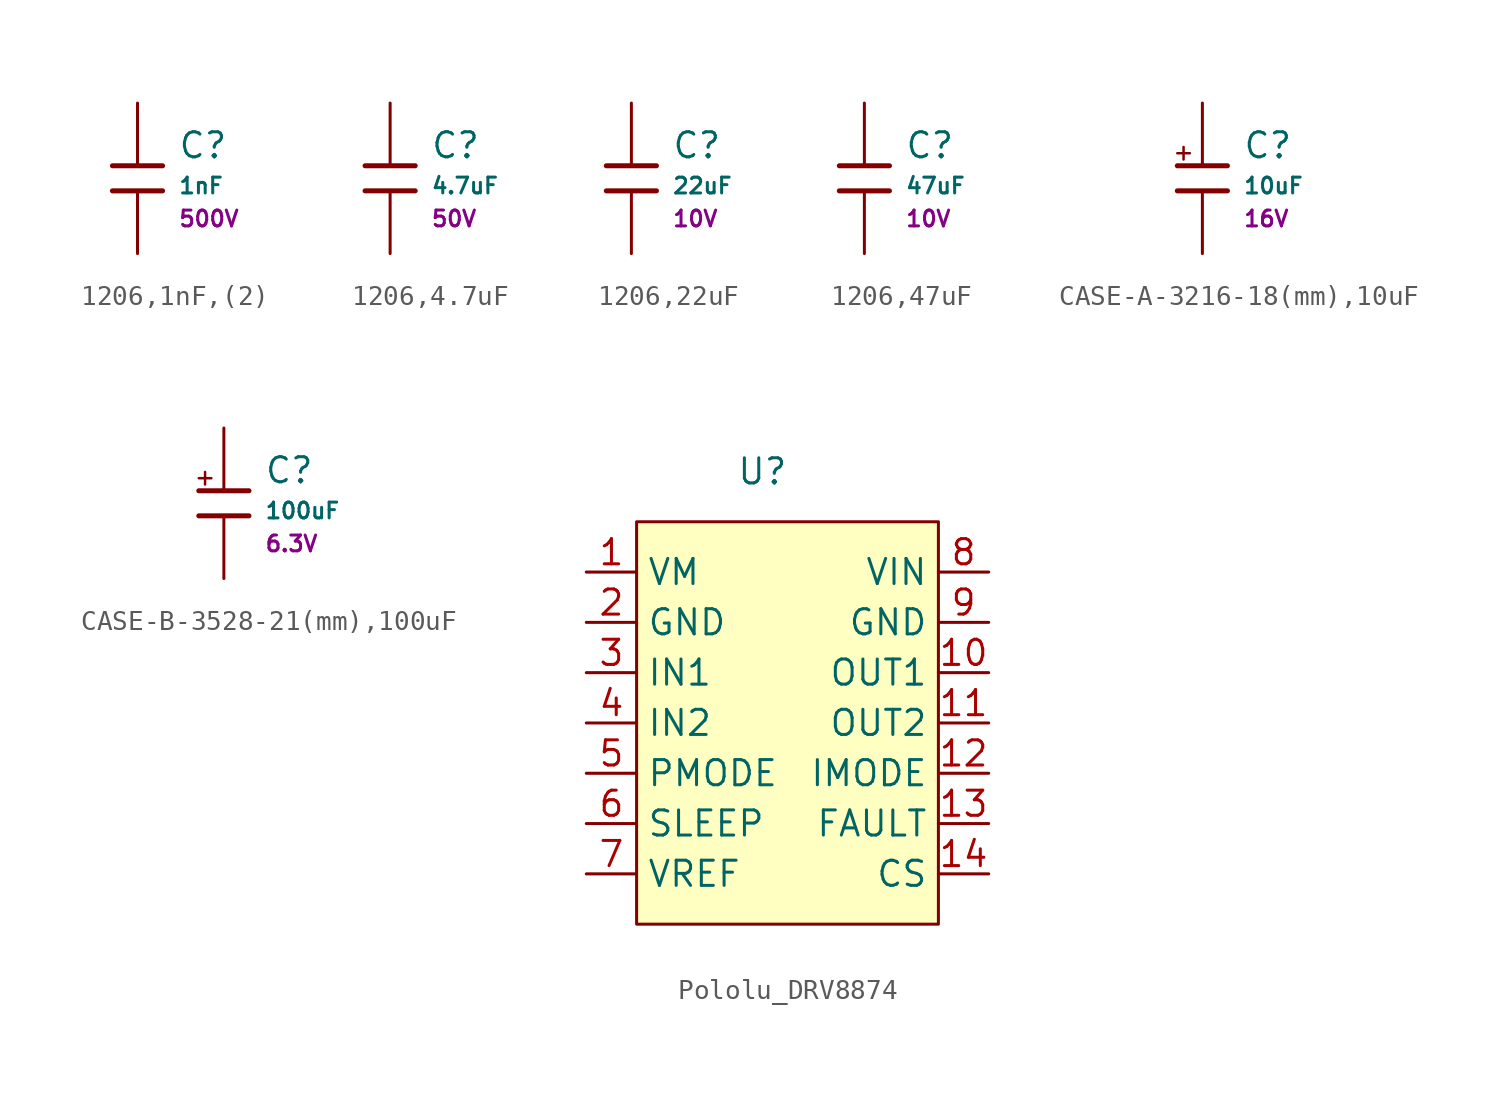
<source format=kicad_sym>
(kicad_symbol_lib
  (version 20241209)
  (generator "kicad_symbol_editor")
  (generator_version "9.0")
  (symbol "1206,1nF,(2)"
    (pin_numbers
      (hide yes))
    (pin_names
      (offset 0))
    (property "Reference" "C"
      (at 2.032 1.668 0)
      (effects (font (size 1.27 1.27)) (justify left)))
    (property "Value" "1nF"
      (at 2.032 -0.378 0)
      (effects (font (size 0.8 0.8)) (justify left)))
    (property "Voltage Rated" "500V"
      (at 2.032 -2.046 0)
      (effects (font (size 0.8 0.8)) (justify left)))
    (symbol "1206,1nF,(2)_0_1"
      (polyline (pts (xy -1.27 0.635) (xy 1.27 0.635)) (stroke (width 0.254) (type default)) (fill (type none)))
      (polyline (pts (xy -1.27 -0.635) (xy 1.27 -0.635)) (stroke (width 0.254) (type default)) (fill (type none))))
    (symbol "1206,1nF,(2)_1_1"
      (pin passive line (at 0 3.81 270) (length 3.175) (name "~" (effects (font (size 1.27 1.27)))) (number "1" (effects (font (size 1.27 1.27)))))
      (pin passive line (at 0 -3.81 90) (length 3.175) (name "~" (effects (font (size 1.27 1.27)))) (number "2" (effects (font (size 1.27 1.27)))))))
  (symbol "1206,4.7uF"
    (pin_numbers
      (hide yes))
    (pin_names
      (offset 0))
    (property "Reference" "C"
      (at 2.032 1.668 0)
      (effects (font (size 1.27 1.27)) (justify left)))
    (property "Value" "4.7uF"
      (at 2.032 -0.378 0)
      (effects (font (size 0.8 0.8)) (justify left)))
    (property "Voltage Rated" "50V"
      (at 2.032 -2.046 0)
      (effects (font (size 0.8 0.8)) (justify left)))
    (symbol "1206,4.7uF_0_1"
      (polyline (pts (xy -1.27 0.635) (xy 1.27 0.635)) (stroke (width 0.254) (type default)) (fill (type none)))
      (polyline (pts (xy -1.27 -0.635) (xy 1.27 -0.635)) (stroke (width 0.254) (type default)) (fill (type none))))
    (symbol "1206,4.7uF_1_1"
      (pin passive line (at 0 3.81 270) (length 3.175) (name "~" (effects (font (size 1.27 1.27)))) (number "1" (effects (font (size 1.27 1.27)))))
      (pin passive line (at 0 -3.81 90) (length 3.175) (name "~" (effects (font (size 1.27 1.27)))) (number "2" (effects (font (size 1.27 1.27)))))))
  (symbol "1206,22uF"
    (pin_numbers
      (hide yes))
    (pin_names
      (offset 0))
    (property "Reference" "C"
      (at 2.032 1.668 0)
      (effects (font (size 1.27 1.27)) (justify left)))
    (property "Value" "22uF"
      (at 2.032 -0.378 0)
      (effects (font (size 0.8 0.8)) (justify left)))
    (property "Voltage Rated" "10V"
      (at 2.032 -2.046 0)
      (effects (font (size 0.8 0.8)) (justify left)))
    (symbol "1206,22uF_0_1"
      (polyline (pts (xy -1.27 0.635) (xy 1.27 0.635)) (stroke (width 0.254) (type default)) (fill (type none)))
      (polyline (pts (xy -1.27 -0.635) (xy 1.27 -0.635)) (stroke (width 0.254) (type default)) (fill (type none))))
    (symbol "1206,22uF_1_1"
      (pin passive line (at 0 3.81 270) (length 3.175) (name "~" (effects (font (size 1.27 1.27)))) (number "1" (effects (font (size 1.27 1.27)))))
      (pin passive line (at 0 -3.81 90) (length 3.175) (name "~" (effects (font (size 1.27 1.27)))) (number "2" (effects (font (size 1.27 1.27)))))))
  (symbol "1206,47uF"
    (pin_numbers
      (hide yes))
    (pin_names
      (offset 0))
    (property "Reference" "C"
      (at 2.032 1.668 0)
      (effects (font (size 1.27 1.27)) (justify left)))
    (property "Value" "47uF"
      (at 2.032 -0.378 0)
      (effects (font (size 0.8 0.8)) (justify left)))
    (property "Voltage Rated" "10V"
      (at 2.032 -2.046 0)
      (effects (font (size 0.8 0.8)) (justify left)))
    (symbol "1206,47uF_0_1"
      (polyline (pts (xy -1.27 0.635) (xy 1.27 0.635)) (stroke (width 0.254) (type default)) (fill (type none)))
      (polyline (pts (xy -1.27 -0.635) (xy 1.27 -0.635)) (stroke (width 0.254) (type default)) (fill (type none))))
    (symbol "1206,47uF_1_1"
      (pin passive line (at 0 3.81 270) (length 3.175) (name "~" (effects (font (size 1.27 1.27)))) (number "1" (effects (font (size 1.27 1.27)))))
      (pin passive line (at 0 -3.81 90) (length 3.175) (name "~" (effects (font (size 1.27 1.27)))) (number "2" (effects (font (size 1.27 1.27)))))))
  (symbol "CASE-A-3216-18(mm),10uF"
    (pin_numbers
      (hide yes))
    (pin_names
      (offset 0))
    (property "Reference" "C"
      (at 2.032 1.668 0)
      (effects (font (size 1.27 1.27)) (justify left)))
    (property "Value" "10uF"
      (at 2.032 -0.378 0)
      (effects (font (size 0.8 0.8)) (justify left)))
    (property "Rated Voltage" "16V"
      (at 2.032 -2.046 0)
      (effects (font (size 0.8 0.8)) (justify left)))
    (symbol "CASE-A-3216-18(mm),10uF_0_1"
      (polyline (pts (xy -1.27 1.27) (xy -0.635 1.27)) (stroke (width 0.127) (type default)) (fill (type none)))
      (polyline (pts (xy -1.27 0.635) (xy 1.27 0.635)) (stroke (width 0.254) (type default)) (fill (type none)))
      (polyline (pts (xy -1.27 -0.635) (xy 1.27 -0.635)) (stroke (width 0.254) (type default)) (fill (type none)))
      (polyline (pts (xy -0.953 1.587) (xy -0.953 0.953)) (stroke (width 0.127) (type default)) (fill (type none))))
    (symbol "CASE-A-3216-18(mm),10uF_1_1"
      (pin passive line (at 0 3.81 270) (length 3.175) (name "~" (effects (font (size 1.27 1.27)))) (number "1" (effects (font (size 1.27 1.27)))))
      (pin passive line (at 0 -3.81 90) (length 3.175) (name "~" (effects (font (size 1.27 1.27)))) (number "2" (effects (font (size 1.27 1.27)))))))
  (symbol "CASE-B-3528-21(mm),100uF"
    (pin_numbers
      (hide yes))
    (pin_names
      (offset 0))
    (property "Reference" "C"
      (at 2.032 1.668 0)
      (effects (font (size 1.27 1.27)) (justify left)))
    (property "Value" "100uF"
      (at 2.032 -0.378 0)
      (effects (font (size 0.8 0.8)) (justify left)))
    (property "Rated Voltage" "6.3V"
      (at 2.032 -2.046 0)
      (effects (font (size 0.8 0.8)) (justify left)))
    (symbol "CASE-B-3528-21(mm),100uF_0_1"
      (polyline (pts (xy -1.27 1.27) (xy -0.635 1.27)) (stroke (width 0.127) (type default)) (fill (type none)))
      (polyline (pts (xy -1.27 0.635) (xy 1.27 0.635)) (stroke (width 0.254) (type default)) (fill (type none)))
      (polyline (pts (xy -1.27 -0.635) (xy 1.27 -0.635)) (stroke (width 0.254) (type default)) (fill (type none)))
      (polyline (pts (xy -0.953 1.587) (xy -0.953 0.953)) (stroke (width 0.127) (type default)) (fill (type none))))
    (symbol "CASE-B-3528-21(mm),100uF_1_1"
      (pin passive line (at 0 3.81 270) (length 3.175) (name "~" (effects (font (size 1.27 1.27)))) (number "1" (effects (font (size 1.27 1.27)))))
      (pin passive line (at 0 -3.81 90) (length 3.175) (name "~" (effects (font (size 1.27 1.27)))) (number "2" (effects (font (size 1.27 1.27)))))))
  (symbol "Pololu_DRV8874"
    (property "Reference" "U"
      (at 1.27 3.81 0)
      (effects (font (size 1.27 1.27))))
    (property "Value" ""
      (at 0 0 0)
      (effects (font (size 1.27 1.27))))
    (symbol "Pololu_DRV8874_1_1"
      (rectangle (start -5.08 1.27) (end 10.16 -19.05) (stroke (width 0) (type solid)) (fill (type background)))
      (pin bidirectional line (at -7.62 -1.27 0) (length 2.54) (name "VM" (effects (font (size 1.27 1.27)))) (number "1" (effects (font (size 1.27 1.27)))))
      (pin bidirectional line (at -7.62 -3.81 0) (length 2.54) (name "GND" (effects (font (size 1.27 1.27)))) (number "2" (effects (font (size 1.27 1.27)))))
      (pin input line (at -7.62 -6.35 0) (length 2.54) (name "IN1" (effects (font (size 1.27 1.27)))) (number "3" (effects (font (size 1.27 1.27)))))
      (pin input line (at -7.62 -8.89 0) (length 2.54) (name "IN2" (effects (font (size 1.27 1.27)))) (number "4" (effects (font (size 1.27 1.27)))))
      (pin input line (at -7.62 -11.43 0) (length 2.54) (name "PMODE" (effects (font (size 1.27 1.27)))) (number "5" (effects (font (size 1.27 1.27)))))
      (pin input line (at -7.62 -13.97 0) (length 2.54) (name "SLEEP" (effects (font (size 1.27 1.27)))) (number "6" (effects (font (size 1.27 1.27)))))
      (pin input line (at -7.62 -16.51 0) (length 2.54) (name "VREF" (effects (font (size 1.27 1.27)))) (number "7" (effects (font (size 1.27 1.27)))))
      (pin power_in line (at 12.7 -1.27 180) (length 2.54) (name "VIN" (effects (font (size 1.27 1.27)))) (number "8" (effects (font (size 1.27 1.27)))))
      (pin bidirectional line (at 12.7 -3.81 180) (length 2.54) (name "GND" (effects (font (size 1.27 1.27)))) (number "9" (effects (font (size 1.27 1.27)))))
      (pin output line (at 12.7 -6.35 180) (length 2.54) (name "OUT1" (effects (font (size 1.27 1.27)))) (number "10" (effects (font (size 1.27 1.27)))))
      (pin output line (at 12.7 -8.89 180) (length 2.54) (name "OUT2" (effects (font (size 1.27 1.27)))) (number "11" (effects (font (size 1.27 1.27)))))
      (pin input line (at 12.7 -11.43 180) (length 2.54) (name "IMODE" (effects (font (size 1.27 1.27)))) (number "12" (effects (font (size 1.27 1.27)))))
      (pin input line (at 12.7 -13.97 180) (length 2.54) (name "FAULT" (effects (font (size 1.27 1.27)))) (number "13" (effects (font (size 1.27 1.27)))))
      (pin output line (at 12.7 -16.51 180) (length 2.54) (name "CS" (effects (font (size 1.27 1.27)))) (number "14" (effects (font (size 1.27 1.27))))))))
</source>
